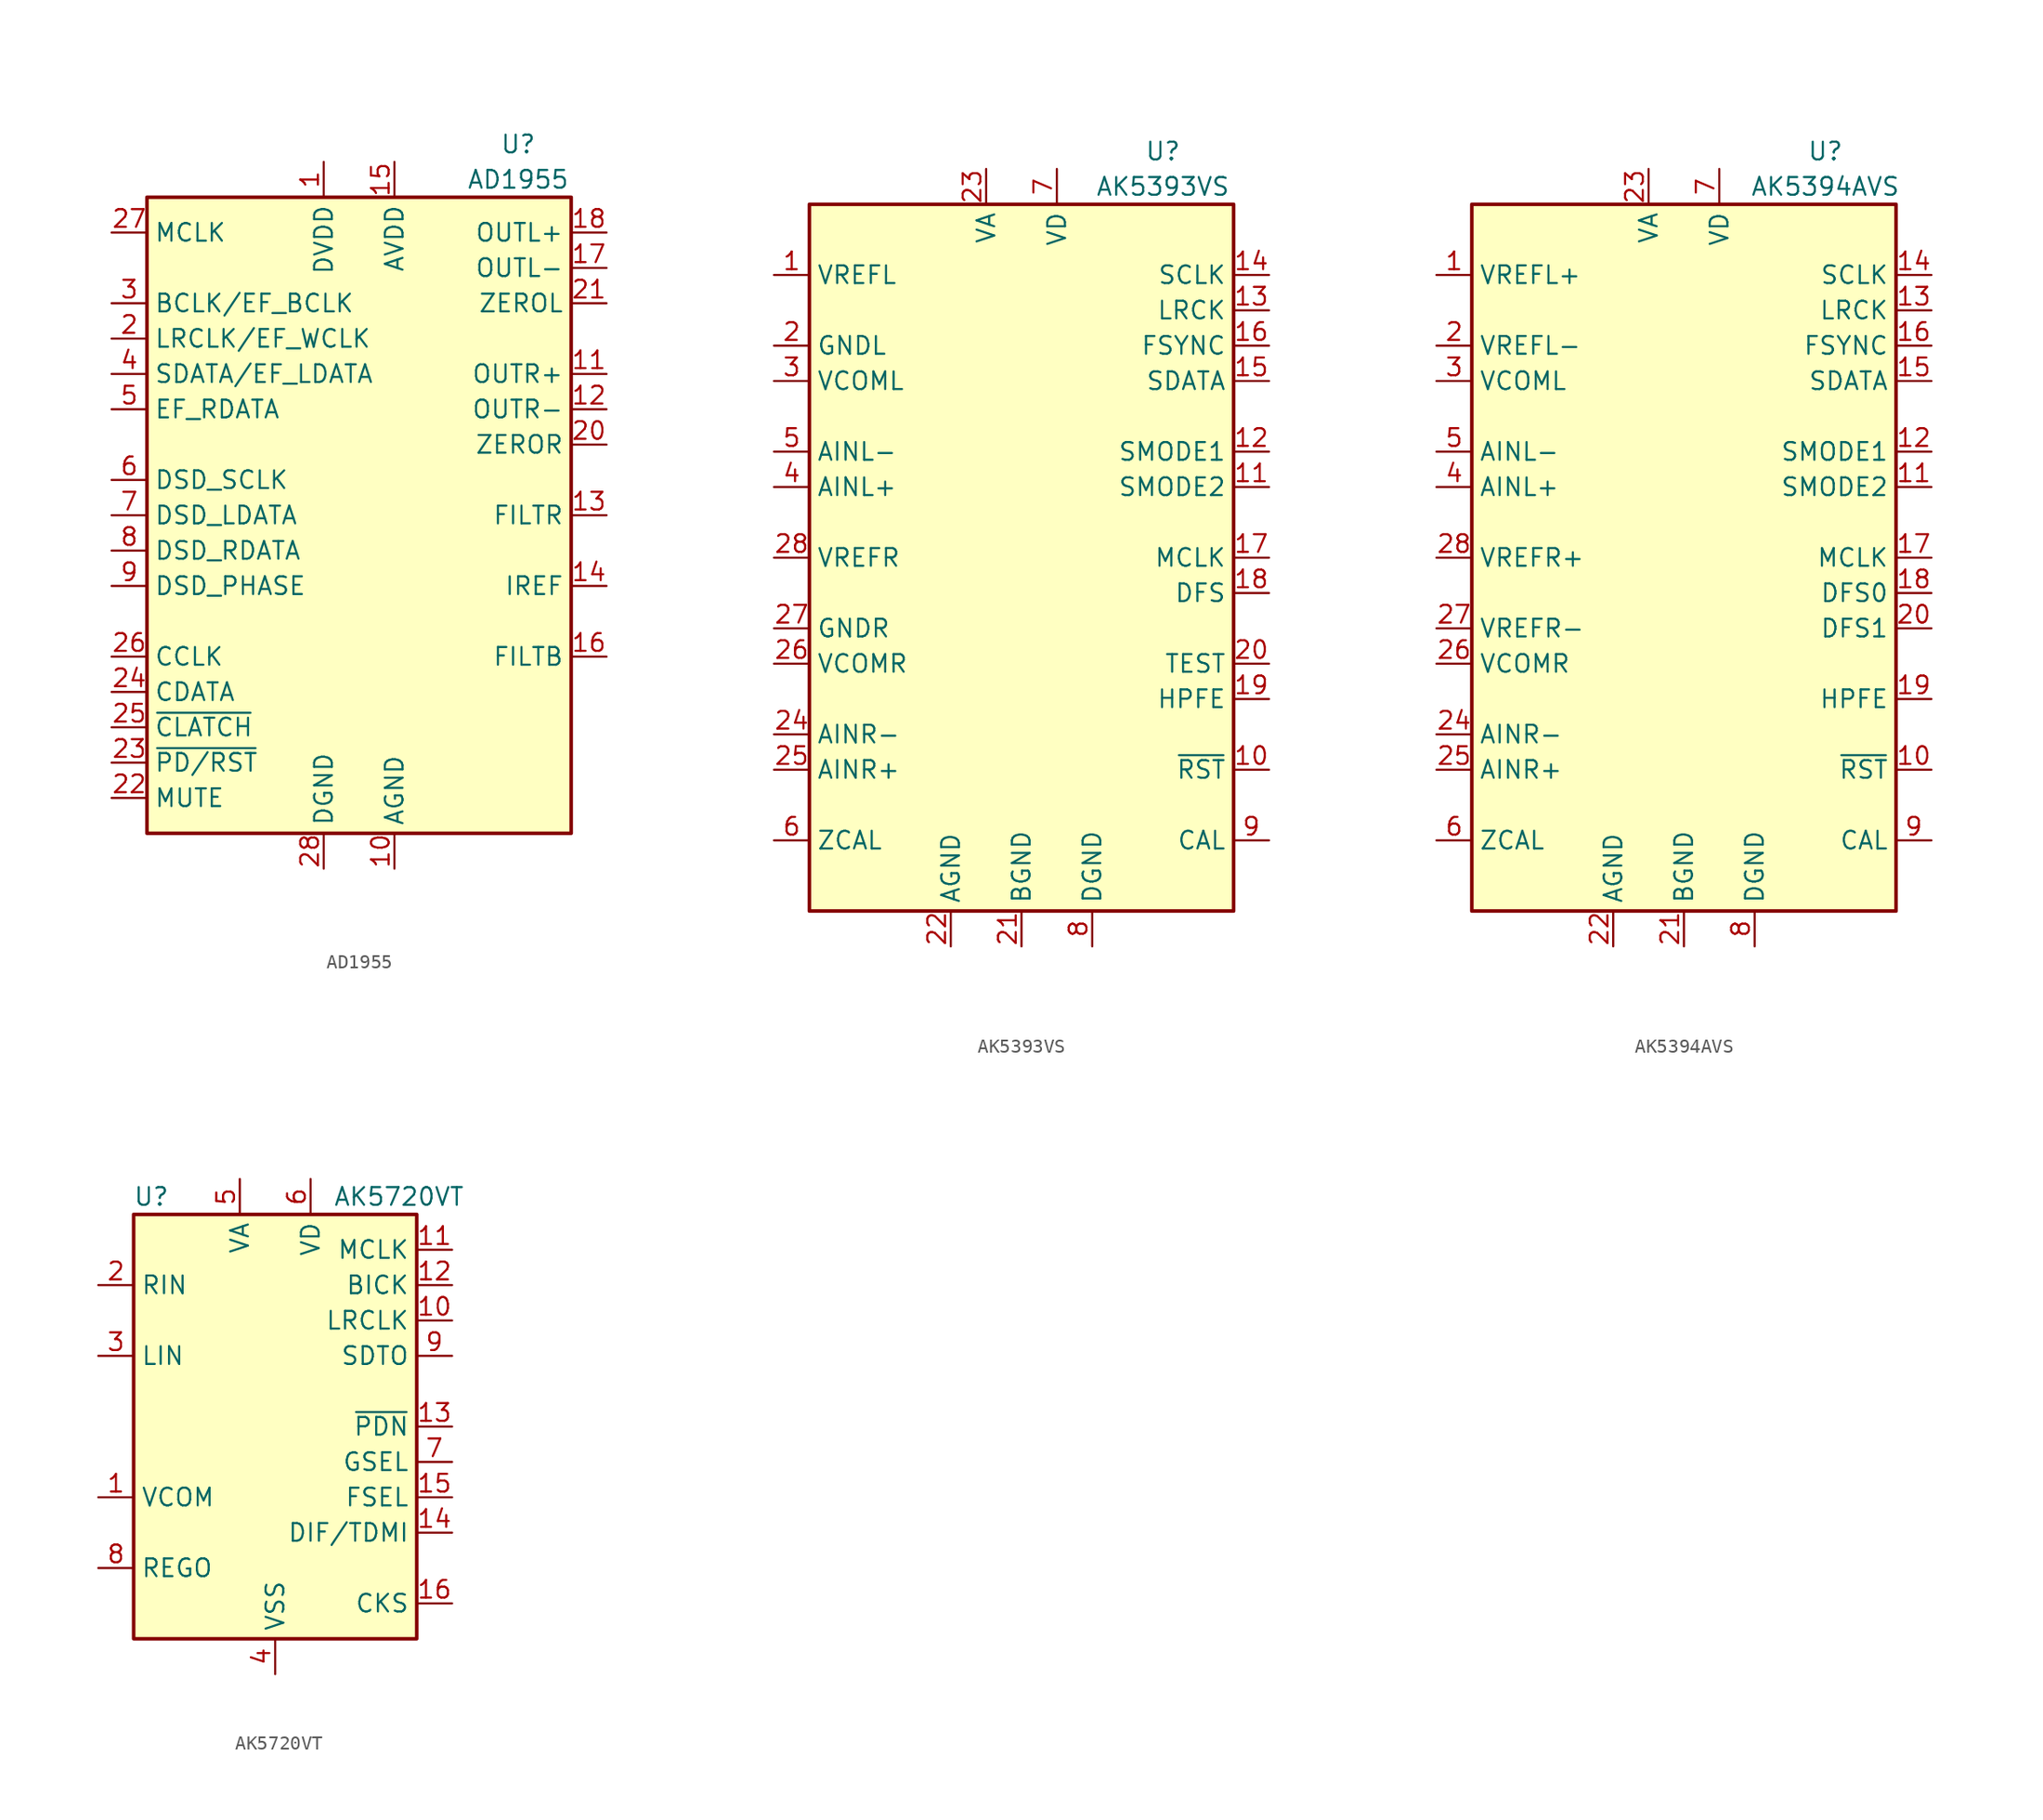
<source format=kicad_sym>
(kicad_symbol_lib
  (version 20231120)
  (generator "kicad_symbol_editor")
  (generator_version "8.0")
  (symbol "AD1955"
    (property "Reference" "U"
      (at 11.43 26.67 0)
      (effects (font (size 1.27 1.27))))
    (property "Value" "AD1955"
      (at 11.43 24.13 0)
      (effects (font (size 1.27 1.27))))
    (symbol "AD1955_0_1"
      (rectangle (start -15.24 22.86) (end 15.24 -22.86) (stroke (width 0.254) (type solid)) (fill (type background))))
    (symbol "AD1955_1_1"
      (pin power_in line (at -2.54 25.4 270) (length 2.54) (name "DVDD" (effects (font (size 1.27 1.27)))) (number "1" (effects (font (size 1.27 1.27)))))
      (pin power_in line (at 2.54 -25.4 90) (length 2.54) (name "AGND" (effects (font (size 1.27 1.27)))) (number "10" (effects (font (size 1.27 1.27)))))
      (pin output line (at 17.78 10.16 180) (length 2.54) (name "OUTR+" (effects (font (size 1.27 1.27)))) (number "11" (effects (font (size 1.27 1.27)))))
      (pin output line (at 17.78 7.62 180) (length 2.54) (name "OUTR-" (effects (font (size 1.27 1.27)))) (number "12" (effects (font (size 1.27 1.27)))))
      (pin output line (at 17.78 0 180) (length 2.54) (name "FILTR" (effects (font (size 1.27 1.27)))) (number "13" (effects (font (size 1.27 1.27)))))
      (pin passive line (at 17.78 -5.08 180) (length 2.54) (name "IREF" (effects (font (size 1.27 1.27)))) (number "14" (effects (font (size 1.27 1.27)))))
      (pin power_in line (at 2.54 25.4 270) (length 2.54) (name "AVDD" (effects (font (size 1.27 1.27)))) (number "15" (effects (font (size 1.27 1.27)))))
      (pin output line (at 17.78 -10.16 180) (length 2.54) (name "FILTB" (effects (font (size 1.27 1.27)))) (number "16" (effects (font (size 1.27 1.27)))))
      (pin output line (at 17.78 17.78 180) (length 2.54) (name "OUTL-" (effects (font (size 1.27 1.27)))) (number "17" (effects (font (size 1.27 1.27)))))
      (pin output line (at 17.78 20.32 180) (length 2.54) (name "OUTL+" (effects (font (size 1.27 1.27)))) (number "18" (effects (font (size 1.27 1.27)))))
      (pin passive line (at 2.54 -25.4 90) (length 2.54) hide (name "AGND" (effects (font (size 1.27 1.27)))) (number "19" (effects (font (size 1.27 1.27)))))
      (pin input line (at -17.78 12.7 0) (length 2.54) (name "LRCLK/EF_WCLK" (effects (font (size 1.27 1.27)))) (number "2" (effects (font (size 1.27 1.27)))))
      (pin output line (at 17.78 5.08 180) (length 2.54) (name "ZEROR" (effects (font (size 1.27 1.27)))) (number "20" (effects (font (size 1.27 1.27)))))
      (pin output line (at 17.78 15.24 180) (length 2.54) (name "ZEROL" (effects (font (size 1.27 1.27)))) (number "21" (effects (font (size 1.27 1.27)))))
      (pin input line (at -17.78 -20.32 0) (length 2.54) (name "MUTE" (effects (font (size 1.27 1.27)))) (number "22" (effects (font (size 1.27 1.27)))))
      (pin input line (at -17.78 -17.78 0) (length 2.54) (name "~{PD/RST}" (effects (font (size 1.27 1.27)))) (number "23" (effects (font (size 1.27 1.27)))))
      (pin input line (at -17.78 -12.7 0) (length 2.54) (name "CDATA" (effects (font (size 1.27 1.27)))) (number "24" (effects (font (size 1.27 1.27)))))
      (pin input line (at -17.78 -15.24 0) (length 2.54) (name "~{CLATCH}" (effects (font (size 1.27 1.27)))) (number "25" (effects (font (size 1.27 1.27)))))
      (pin input line (at -17.78 -10.16 0) (length 2.54) (name "CCLK" (effects (font (size 1.27 1.27)))) (number "26" (effects (font (size 1.27 1.27)))))
      (pin input line (at -17.78 20.32 0) (length 2.54) (name "MCLK" (effects (font (size 1.27 1.27)))) (number "27" (effects (font (size 1.27 1.27)))))
      (pin power_in line (at -2.54 -25.4 90) (length 2.54) (name "DGND" (effects (font (size 1.27 1.27)))) (number "28" (effects (font (size 1.27 1.27)))))
      (pin input line (at -17.78 15.24 0) (length 2.54) (name "BCLK/EF_BCLK" (effects (font (size 1.27 1.27)))) (number "3" (effects (font (size 1.27 1.27)))))
      (pin input line (at -17.78 10.16 0) (length 2.54) (name "SDATA/EF_LDATA" (effects (font (size 1.27 1.27)))) (number "4" (effects (font (size 1.27 1.27)))))
      (pin input line (at -17.78 7.62 0) (length 2.54) (name "EF_RDATA" (effects (font (size 1.27 1.27)))) (number "5" (effects (font (size 1.27 1.27)))))
      (pin bidirectional line (at -17.78 2.54 0) (length 2.54) (name "DSD_SCLK" (effects (font (size 1.27 1.27)))) (number "6" (effects (font (size 1.27 1.27)))))
      (pin input line (at -17.78 0 0) (length 2.54) (name "DSD_LDATA" (effects (font (size 1.27 1.27)))) (number "7" (effects (font (size 1.27 1.27)))))
      (pin input line (at -17.78 -2.54 0) (length 2.54) (name "DSD_RDATA" (effects (font (size 1.27 1.27)))) (number "8" (effects (font (size 1.27 1.27)))))
      (pin bidirectional line (at -17.78 -5.08 0) (length 2.54) (name "DSD_PHASE" (effects (font (size 1.27 1.27)))) (number "9" (effects (font (size 1.27 1.27)))))))
  (symbol "AK5393VS"
    (property "Reference" "U"
      (at 10.16 29.21 0)
      (effects (font (size 1.27 1.27))))
    (property "Value" "AK5393VS"
      (at 10.16 26.67 0)
      (effects (font (size 1.27 1.27))))
    (symbol "AK5393VS_0_1"
      (rectangle (start -15.24 25.4) (end 15.24 -25.4) (stroke (width 0.254) (type solid)) (fill (type background))))
    (symbol "AK5393VS_1_1"
      (pin output line (at -17.78 20.32 0) (length 2.54) (name "VREFL" (effects (font (size 1.27 1.27)))) (number "1" (effects (font (size 1.27 1.27)))))
      (pin input line (at 17.78 -15.24 180) (length 2.54) (name "~{RST}" (effects (font (size 1.27 1.27)))) (number "10" (effects (font (size 1.27 1.27)))))
      (pin input line (at 17.78 5.08 180) (length 2.54) (name "SMODE2" (effects (font (size 1.27 1.27)))) (number "11" (effects (font (size 1.27 1.27)))))
      (pin input line (at 17.78 7.62 180) (length 2.54) (name "SMODE1" (effects (font (size 1.27 1.27)))) (number "12" (effects (font (size 1.27 1.27)))))
      (pin bidirectional line (at 17.78 17.78 180) (length 2.54) (name "LRCK" (effects (font (size 1.27 1.27)))) (number "13" (effects (font (size 1.27 1.27)))))
      (pin bidirectional line (at 17.78 20.32 180) (length 2.54) (name "SCLK" (effects (font (size 1.27 1.27)))) (number "14" (effects (font (size 1.27 1.27)))))
      (pin output line (at 17.78 12.7 180) (length 2.54) (name "SDATA" (effects (font (size 1.27 1.27)))) (number "15" (effects (font (size 1.27 1.27)))))
      (pin bidirectional line (at 17.78 15.24 180) (length 2.54) (name "FSYNC" (effects (font (size 1.27 1.27)))) (number "16" (effects (font (size 1.27 1.27)))))
      (pin input line (at 17.78 0 180) (length 2.54) (name "MCLK" (effects (font (size 1.27 1.27)))) (number "17" (effects (font (size 1.27 1.27)))))
      (pin input line (at 17.78 -2.54 180) (length 2.54) (name "DFS" (effects (font (size 1.27 1.27)))) (number "18" (effects (font (size 1.27 1.27)))))
      (pin input line (at 17.78 -10.16 180) (length 2.54) (name "HPFE" (effects (font (size 1.27 1.27)))) (number "19" (effects (font (size 1.27 1.27)))))
      (pin power_in line (at -17.78 15.24 0) (length 2.54) (name "GNDL" (effects (font (size 1.27 1.27)))) (number "2" (effects (font (size 1.27 1.27)))))
      (pin input line (at 17.78 -7.62 180) (length 2.54) (name "TEST" (effects (font (size 1.27 1.27)))) (number "20" (effects (font (size 1.27 1.27)))))
      (pin power_in line (at 0 -27.94 90) (length 2.54) (name "BGND" (effects (font (size 1.27 1.27)))) (number "21" (effects (font (size 1.27 1.27)))))
      (pin power_in line (at -5.08 -27.94 90) (length 2.54) (name "AGND" (effects (font (size 1.27 1.27)))) (number "22" (effects (font (size 1.27 1.27)))))
      (pin power_in line (at -2.54 27.94 270) (length 2.54) (name "VA" (effects (font (size 1.27 1.27)))) (number "23" (effects (font (size 1.27 1.27)))))
      (pin input line (at -17.78 -12.7 0) (length 2.54) (name "AINR-" (effects (font (size 1.27 1.27)))) (number "24" (effects (font (size 1.27 1.27)))))
      (pin input line (at -17.78 -15.24 0) (length 2.54) (name "AINR+" (effects (font (size 1.27 1.27)))) (number "25" (effects (font (size 1.27 1.27)))))
      (pin output line (at -17.78 -7.62 0) (length 2.54) (name "VCOMR" (effects (font (size 1.27 1.27)))) (number "26" (effects (font (size 1.27 1.27)))))
      (pin output line (at -17.78 -5.08 0) (length 2.54) (name "GNDR" (effects (font (size 1.27 1.27)))) (number "27" (effects (font (size 1.27 1.27)))))
      (pin output line (at -17.78 0 0) (length 2.54) (name "VREFR" (effects (font (size 1.27 1.27)))) (number "28" (effects (font (size 1.27 1.27)))))
      (pin output line (at -17.78 12.7 0) (length 2.54) (name "VCOML" (effects (font (size 1.27 1.27)))) (number "3" (effects (font (size 1.27 1.27)))))
      (pin input line (at -17.78 5.08 0) (length 2.54) (name "AINL+" (effects (font (size 1.27 1.27)))) (number "4" (effects (font (size 1.27 1.27)))))
      (pin input line (at -17.78 7.62 0) (length 2.54) (name "AINL-" (effects (font (size 1.27 1.27)))) (number "5" (effects (font (size 1.27 1.27)))))
      (pin input line (at -17.78 -20.32 0) (length 2.54) (name "ZCAL" (effects (font (size 1.27 1.27)))) (number "6" (effects (font (size 1.27 1.27)))))
      (pin power_in line (at 2.54 27.94 270) (length 2.54) (name "VD" (effects (font (size 1.27 1.27)))) (number "7" (effects (font (size 1.27 1.27)))))
      (pin power_in line (at 5.08 -27.94 90) (length 2.54) (name "DGND" (effects (font (size 1.27 1.27)))) (number "8" (effects (font (size 1.27 1.27)))))
      (pin output line (at 17.78 -20.32 180) (length 2.54) (name "CAL" (effects (font (size 1.27 1.27)))) (number "9" (effects (font (size 1.27 1.27)))))))
  (symbol "AK5394AVS"
    (property "Reference" "U"
      (at 10.16 29.21 0)
      (effects (font (size 1.27 1.27))))
    (property "Value" "AK5394AVS"
      (at 10.16 26.67 0)
      (effects (font (size 1.27 1.27))))
    (symbol "AK5394AVS_0_1"
      (rectangle (start -15.24 25.4) (end 15.24 -25.4) (stroke (width 0.254) (type solid)) (fill (type background))))
    (symbol "AK5394AVS_1_1"
      (pin output line (at -17.78 20.32 0) (length 2.54) (name "VREFL+" (effects (font (size 1.27 1.27)))) (number "1" (effects (font (size 1.27 1.27)))))
      (pin input line (at 17.78 -15.24 180) (length 2.54) (name "~{RST}" (effects (font (size 1.27 1.27)))) (number "10" (effects (font (size 1.27 1.27)))))
      (pin input line (at 17.78 5.08 180) (length 2.54) (name "SMODE2" (effects (font (size 1.27 1.27)))) (number "11" (effects (font (size 1.27 1.27)))))
      (pin input line (at 17.78 7.62 180) (length 2.54) (name "SMODE1" (effects (font (size 1.27 1.27)))) (number "12" (effects (font (size 1.27 1.27)))))
      (pin bidirectional line (at 17.78 17.78 180) (length 2.54) (name "LRCK" (effects (font (size 1.27 1.27)))) (number "13" (effects (font (size 1.27 1.27)))))
      (pin bidirectional line (at 17.78 20.32 180) (length 2.54) (name "SCLK" (effects (font (size 1.27 1.27)))) (number "14" (effects (font (size 1.27 1.27)))))
      (pin output line (at 17.78 12.7 180) (length 2.54) (name "SDATA" (effects (font (size 1.27 1.27)))) (number "15" (effects (font (size 1.27 1.27)))))
      (pin bidirectional line (at 17.78 15.24 180) (length 2.54) (name "FSYNC" (effects (font (size 1.27 1.27)))) (number "16" (effects (font (size 1.27 1.27)))))
      (pin input line (at 17.78 0 180) (length 2.54) (name "MCLK" (effects (font (size 1.27 1.27)))) (number "17" (effects (font (size 1.27 1.27)))))
      (pin input line (at 17.78 -2.54 180) (length 2.54) (name "DFS0" (effects (font (size 1.27 1.27)))) (number "18" (effects (font (size 1.27 1.27)))))
      (pin input line (at 17.78 -10.16 180) (length 2.54) (name "HPFE" (effects (font (size 1.27 1.27)))) (number "19" (effects (font (size 1.27 1.27)))))
      (pin output line (at -17.78 15.24 0) (length 2.54) (name "VREFL-" (effects (font (size 1.27 1.27)))) (number "2" (effects (font (size 1.27 1.27)))))
      (pin input line (at 17.78 -5.08 180) (length 2.54) (name "DFS1" (effects (font (size 1.27 1.27)))) (number "20" (effects (font (size 1.27 1.27)))))
      (pin power_in line (at 0 -27.94 90) (length 2.54) (name "BGND" (effects (font (size 1.27 1.27)))) (number "21" (effects (font (size 1.27 1.27)))))
      (pin power_in line (at -5.08 -27.94 90) (length 2.54) (name "AGND" (effects (font (size 1.27 1.27)))) (number "22" (effects (font (size 1.27 1.27)))))
      (pin power_in line (at -2.54 27.94 270) (length 2.54) (name "VA" (effects (font (size 1.27 1.27)))) (number "23" (effects (font (size 1.27 1.27)))))
      (pin input line (at -17.78 -12.7 0) (length 2.54) (name "AINR-" (effects (font (size 1.27 1.27)))) (number "24" (effects (font (size 1.27 1.27)))))
      (pin input line (at -17.78 -15.24 0) (length 2.54) (name "AINR+" (effects (font (size 1.27 1.27)))) (number "25" (effects (font (size 1.27 1.27)))))
      (pin output line (at -17.78 -7.62 0) (length 2.54) (name "VCOMR" (effects (font (size 1.27 1.27)))) (number "26" (effects (font (size 1.27 1.27)))))
      (pin output line (at -17.78 -5.08 0) (length 2.54) (name "VREFR-" (effects (font (size 1.27 1.27)))) (number "27" (effects (font (size 1.27 1.27)))))
      (pin output line (at -17.78 0 0) (length 2.54) (name "VREFR+" (effects (font (size 1.27 1.27)))) (number "28" (effects (font (size 1.27 1.27)))))
      (pin output line (at -17.78 12.7 0) (length 2.54) (name "VCOML" (effects (font (size 1.27 1.27)))) (number "3" (effects (font (size 1.27 1.27)))))
      (pin input line (at -17.78 5.08 0) (length 2.54) (name "AINL+" (effects (font (size 1.27 1.27)))) (number "4" (effects (font (size 1.27 1.27)))))
      (pin input line (at -17.78 7.62 0) (length 2.54) (name "AINL-" (effects (font (size 1.27 1.27)))) (number "5" (effects (font (size 1.27 1.27)))))
      (pin input line (at -17.78 -20.32 0) (length 2.54) (name "ZCAL" (effects (font (size 1.27 1.27)))) (number "6" (effects (font (size 1.27 1.27)))))
      (pin power_in line (at 2.54 27.94 270) (length 2.54) (name "VD" (effects (font (size 1.27 1.27)))) (number "7" (effects (font (size 1.27 1.27)))))
      (pin power_in line (at 5.08 -27.94 90) (length 2.54) (name "DGND" (effects (font (size 1.27 1.27)))) (number "8" (effects (font (size 1.27 1.27)))))
      (pin output line (at 17.78 -20.32 180) (length 2.54) (name "CAL" (effects (font (size 1.27 1.27)))) (number "9" (effects (font (size 1.27 1.27)))))))
  (symbol "AK5720VT"
    (property "Reference" "U"
      (at -8.89 16.51 0)
      (effects (font (size 1.27 1.27))))
    (property "Value" "AK5720VT"
      (at 8.89 16.51 0)
      (effects (font (size 1.27 1.27))))
    (symbol "AK5720VT_0_1"
      (rectangle (start -10.16 15.24) (end 10.16 -15.24) (stroke (width 0.254) (type solid)) (fill (type background))))
    (symbol "AK5720VT_1_1"
      (pin passive line (at -12.7 -5.08 0) (length 2.54) (name "VCOM" (effects (font (size 1.27 1.27)))) (number "1" (effects (font (size 1.27 1.27)))))
      (pin bidirectional line (at 12.7 7.62 180) (length 2.54) (name "LRCLK" (effects (font (size 1.27 1.27)))) (number "10" (effects (font (size 1.27 1.27)))))
      (pin input line (at 12.7 12.7 180) (length 2.54) (name "MCLK" (effects (font (size 1.27 1.27)))) (number "11" (effects (font (size 1.27 1.27)))))
      (pin bidirectional line (at 12.7 10.16 180) (length 2.54) (name "BICK" (effects (font (size 1.27 1.27)))) (number "12" (effects (font (size 1.27 1.27)))))
      (pin input line (at 12.7 0 180) (length 2.54) (name "~{PDN}" (effects (font (size 1.27 1.27)))) (number "13" (effects (font (size 1.27 1.27)))))
      (pin input line (at 12.7 -7.62 180) (length 2.54) (name "DIF/TDMI" (effects (font (size 1.27 1.27)))) (number "14" (effects (font (size 1.27 1.27)))))
      (pin input line (at 12.7 -5.08 180) (length 2.54) (name "FSEL" (effects (font (size 1.27 1.27)))) (number "15" (effects (font (size 1.27 1.27)))))
      (pin input line (at 12.7 -12.7 180) (length 2.54) (name "CKS" (effects (font (size 1.27 1.27)))) (number "16" (effects (font (size 1.27 1.27)))))
      (pin input line (at -12.7 10.16 0) (length 2.54) (name "RIN" (effects (font (size 1.27 1.27)))) (number "2" (effects (font (size 1.27 1.27)))))
      (pin input line (at -12.7 5.08 0) (length 2.54) (name "LIN" (effects (font (size 1.27 1.27)))) (number "3" (effects (font (size 1.27 1.27)))))
      (pin power_in line (at 0 -17.78 90) (length 2.54) (name "VSS" (effects (font (size 1.27 1.27)))) (number "4" (effects (font (size 1.27 1.27)))))
      (pin power_in line (at -2.54 17.78 270) (length 2.54) (name "VA" (effects (font (size 1.27 1.27)))) (number "5" (effects (font (size 1.27 1.27)))))
      (pin power_in line (at 2.54 17.78 270) (length 2.54) (name "VD" (effects (font (size 1.27 1.27)))) (number "6" (effects (font (size 1.27 1.27)))))
      (pin input line (at 12.7 -2.54 180) (length 2.54) (name "GSEL" (effects (font (size 1.27 1.27)))) (number "7" (effects (font (size 1.27 1.27)))))
      (pin passive line (at -12.7 -10.16 0) (length 2.54) (name "REGO" (effects (font (size 1.27 1.27)))) (number "8" (effects (font (size 1.27 1.27)))))
      (pin output line (at 12.7 5.08 180) (length 2.54) (name "SDTO" (effects (font (size 1.27 1.27)))) (number "9" (effects (font (size 1.27 1.27))))))))
</source>
